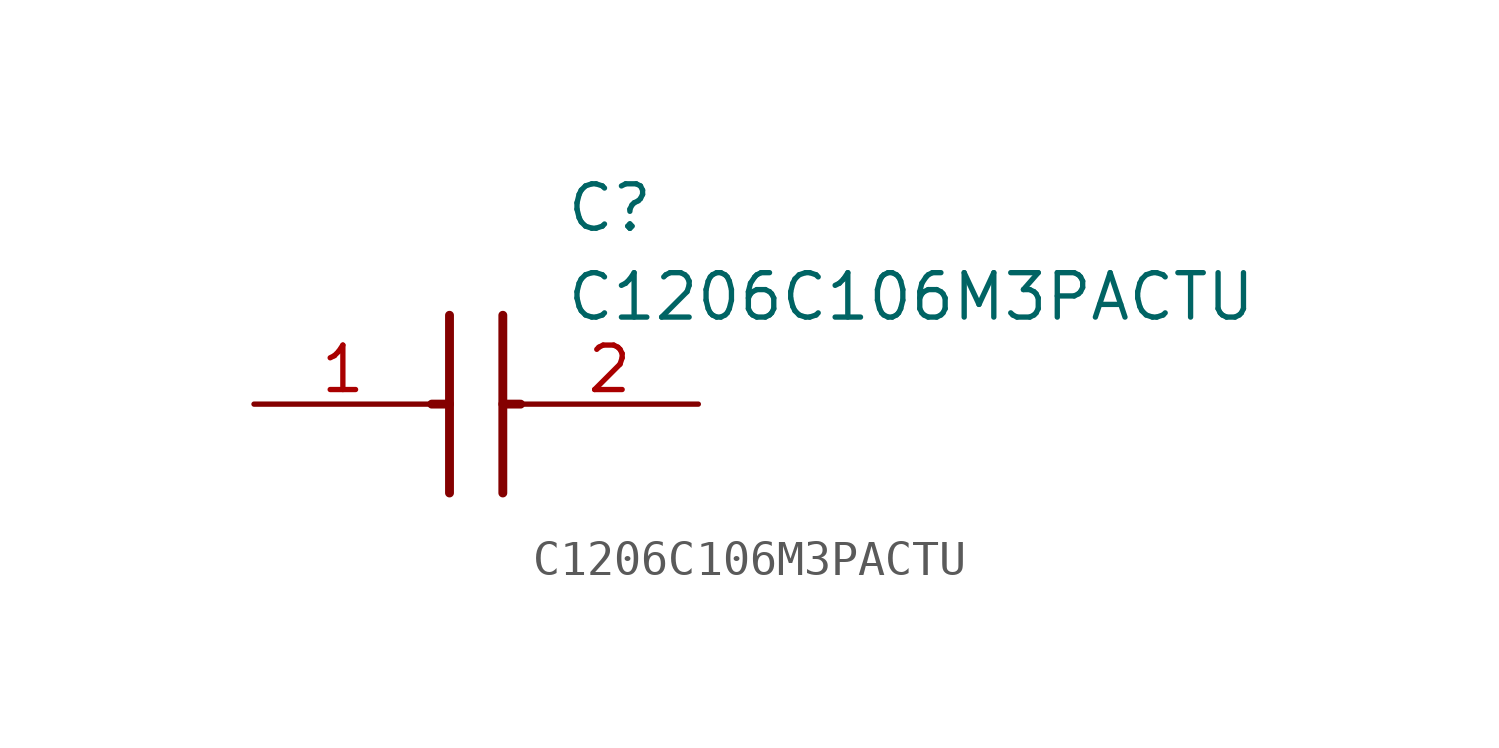
<source format=kicad_sym>
(kicad_symbol_lib
  (version 20211014)
  (generator SamacSys_ECAD_Model)
  (symbol "C1206C106M3PACTU"
    (pin_names hide)
    (property "Reference" "C"
      (at 8.89 6.35 0)
      (effects (font (size 1.27 1.27)) (justify left top)))
    (property "Value" "C1206C106M3PACTU"
      (at 8.89 3.81 0)
      (effects (font (size 1.27 1.27)) (justify left top)))
    (polyline
      (pts (xy 5.588 2.54) (xy 5.588 -2.54))
      (stroke (width 0.254) (type default))
      (fill (type none)))
    (polyline
      (pts (xy 7.112 2.54) (xy 7.112 -2.54))
      (stroke (width 0.254) (type default))
      (fill (type none)))
    (polyline
      (pts (xy 5.08 0) (xy 5.588 0))
      (stroke (width 0.254) (type default))
      (fill (type none)))
    (polyline
      (pts (xy 7.112 0) (xy 7.62 0))
      (stroke (width 0.254) (type default))
      (fill (type none)))
    (pin passive line
      (at 0 0 0)
      (length 5.08)
      (name "1" (effects (font (size 1.27 1.27))))
      (number "1" (effects (font (size 1.27 1.27)))))
    (pin passive line
      (at 12.7 0 180)
      (length 5.08)
      (name "2" (effects (font (size 1.27 1.27))))
      (number "2" (effects (font (size 1.27 1.27)))))))
</source>
